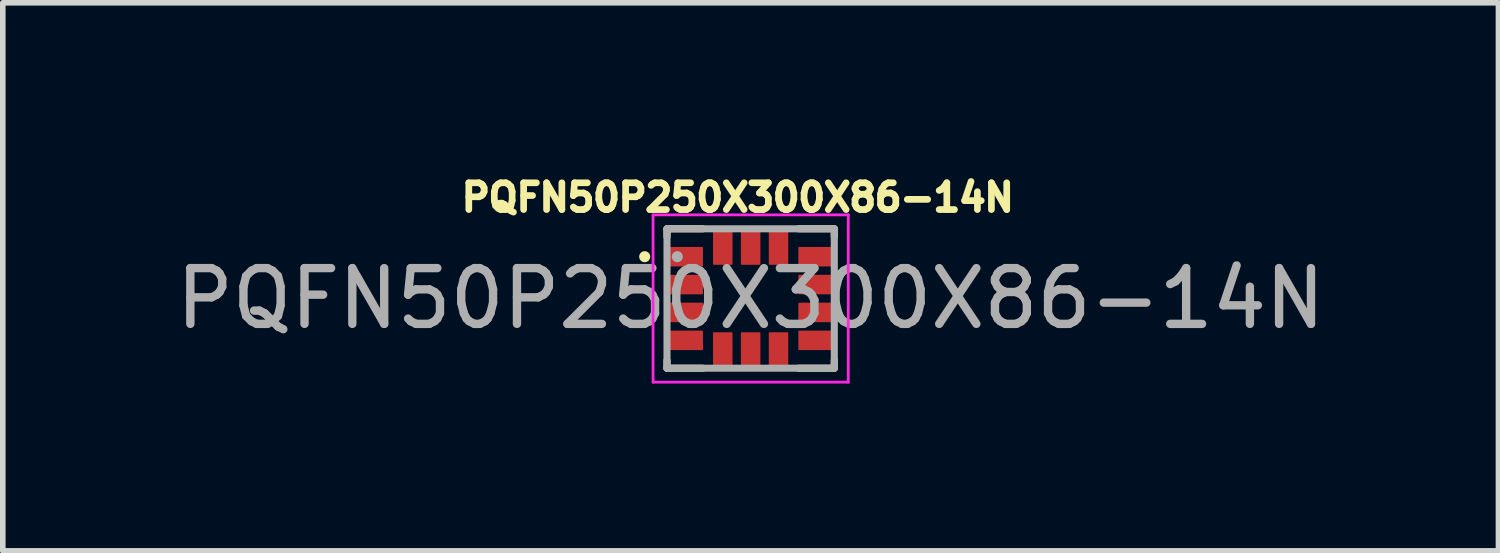
<source format=kicad_pcb>
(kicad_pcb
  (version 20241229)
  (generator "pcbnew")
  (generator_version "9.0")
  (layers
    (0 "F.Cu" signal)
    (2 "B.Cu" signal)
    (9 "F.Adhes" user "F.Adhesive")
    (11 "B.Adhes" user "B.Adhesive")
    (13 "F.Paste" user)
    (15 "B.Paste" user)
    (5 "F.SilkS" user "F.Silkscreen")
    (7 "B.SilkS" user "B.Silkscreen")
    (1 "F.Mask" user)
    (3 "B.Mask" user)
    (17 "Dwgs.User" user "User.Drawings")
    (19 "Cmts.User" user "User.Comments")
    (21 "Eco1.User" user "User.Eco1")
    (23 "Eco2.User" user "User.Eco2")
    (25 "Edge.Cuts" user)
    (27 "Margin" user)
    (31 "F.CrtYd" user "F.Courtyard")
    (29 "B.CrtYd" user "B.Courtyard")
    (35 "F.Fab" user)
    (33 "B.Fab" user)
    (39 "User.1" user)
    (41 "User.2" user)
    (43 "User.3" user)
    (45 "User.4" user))
  (footprint "PQFN50P250X300X86-14N"
    (layer "F.Cu")
    (at 10.411 2.303)
    (property "Reference" "PQFN50P250X300X86-14N" (at -0.231 -1.811 0) (layer "F.SilkS") (effects (font (size 0.48 0.48) (thickness 0.15))))
    (attr smd)
    (fp_line (start -1.5 -1.25) (end -0.859 -1.25) (stroke (width 0.127) (type solid)) (layer "F.SilkS"))
    (fp_line (start -1.5 -1.109) (end -1.5 -1.25) (stroke (width 0.127) (type solid)) (layer "F.SilkS"))
    (fp_line (start -1.5 1.109) (end -1.5 1.25) (stroke (width 0.127) (type solid)) (layer "F.SilkS"))
    (fp_line (start -1.5 1.25) (end -0.859 1.25) (stroke (width 0.127) (type solid)) (layer "F.SilkS"))
    (fp_line (start 1.5 -1.25) (end 0.859 -1.25) (stroke (width 0.127) (type solid)) (layer "F.SilkS"))
    (fp_line (start 1.5 -1.109) (end 1.5 -1.25) (stroke (width 0.127) (type solid)) (layer "F.SilkS"))
    (fp_line (start 1.5 1.109) (end 1.5 1.25) (stroke (width 0.127) (type solid)) (layer "F.SilkS"))
    (fp_line (start 1.5 1.25) (end 0.859 1.25) (stroke (width 0.127) (type solid)) (layer "F.SilkS"))
    (fp_circle (center -1.9 -0.75) (end -1.85 -0.75) (stroke (width 0.1) (type solid)) (fill no) (layer "F.SilkS"))
    (fp_line (start -1.75 -1.5) (end 1.75 -1.5) (stroke (width 0.05) (type solid)) (layer "F.CrtYd"))
    (fp_line (start -1.75 1.5) (end -1.75 -1.5) (stroke (width 0.05) (type solid)) (layer "F.CrtYd"))
    (fp_line (start 1.75 -1.5) (end 1.75 1.5) (stroke (width 0.05) (type solid)) (layer "F.CrtYd"))
    (fp_line (start 1.75 1.5) (end -1.75 1.5) (stroke (width 0.05) (type solid)) (layer "F.CrtYd"))
    (fp_line (start -1.5 -1.25) (end 1.5 -1.25) (stroke (width 0.127) (type solid)) (layer "F.Fab"))
    (fp_line (start -1.5 1.25) (end -1.5 -1.25) (stroke (width 0.127) (type solid)) (layer "F.Fab"))
    (fp_line (start -1.5 1.25) (end 1.5 1.25) (stroke (width 0.127) (type solid)) (layer "F.Fab"))
    (fp_line (start 1.5 -1.25) (end 1.5 1.25) (stroke (width 0.127) (type solid)) (layer "F.Fab"))
    (fp_circle (center -1.315 -0.75) (end -1.265 -0.75) (stroke (width 0.1) (type solid)) (fill no) (layer "F.Fab"))
    (fp_text user "${REFERENCE}" (at 0 0 0) (layer "F.Fab") (effects (font (size 1 1) (thickness 0.15))))
    (pad "1" smd roundrect (at -1.16 -0.75) (size 0.61 0.35) (layers "F.Cu" "F.Mask" "F.Paste") (roundrect_rratio 0.045))
    (pad "2" smd roundrect (at -1.16 -0.25) (size 0.61 0.35) (layers "F.Cu" "F.Mask" "F.Paste") (roundrect_rratio 0.045))
    (pad "3" smd roundrect (at -1.16 0.25) (size 0.61 0.35) (layers "F.Cu" "F.Mask" "F.Paste") (roundrect_rratio 0.045))
    (pad "4" smd roundrect (at -1.16 0.75) (size 0.61 0.35) (layers "F.Cu" "F.Mask" "F.Paste") (roundrect_rratio 0.045))
    (pad "5" smd roundrect (at -0.5 0.91) (size 0.35 0.61) (layers "F.Cu" "F.Mask" "F.Paste") (roundrect_rratio 0.045))
    (pad "6" smd roundrect (at 0 0.91) (size 0.35 0.61) (layers "F.Cu" "F.Mask" "F.Paste") (roundrect_rratio 0.045))
    (pad "7" smd roundrect (at 0.5 0.91) (size 0.35 0.61) (layers "F.Cu" "F.Mask" "F.Paste") (roundrect_rratio 0.045))
    (pad "8" smd roundrect (at 1.16 0.75) (size 0.61 0.35) (layers "F.Cu" "F.Mask" "F.Paste") (roundrect_rratio 0.045))
    (pad "9" smd roundrect (at 1.16 0.25) (size 0.61 0.35) (layers "F.Cu" "F.Mask" "F.Paste") (roundrect_rratio 0.045))
    (pad "10" smd roundrect (at 1.16 -0.25) (size 0.61 0.35) (layers "F.Cu" "F.Mask" "F.Paste") (roundrect_rratio 0.045))
    (pad "11" smd roundrect (at 1.16 -0.75) (size 0.61 0.35) (layers "F.Cu" "F.Mask" "F.Paste") (roundrect_rratio 0.045))
    (pad "12" smd roundrect (at 0.5 -0.91) (size 0.35 0.61) (layers "F.Cu" "F.Mask" "F.Paste") (roundrect_rratio 0.045))
    (pad "13" smd roundrect (at 0 -0.91) (size 0.35 0.61) (layers "F.Cu" "F.Mask" "F.Paste") (roundrect_rratio 0.045))
    (pad "14" smd roundrect (at -0.5 -0.91) (size 0.35 0.61) (layers "F.Cu" "F.Mask" "F.Paste") (roundrect_rratio 0.045)))
  (gr_rect
    (start -3 -3)
    (end 23.821 6.828)
    (stroke (width 0.1) (type default))
    (fill no)
    (layer "Edge.Cuts")))
</source>
